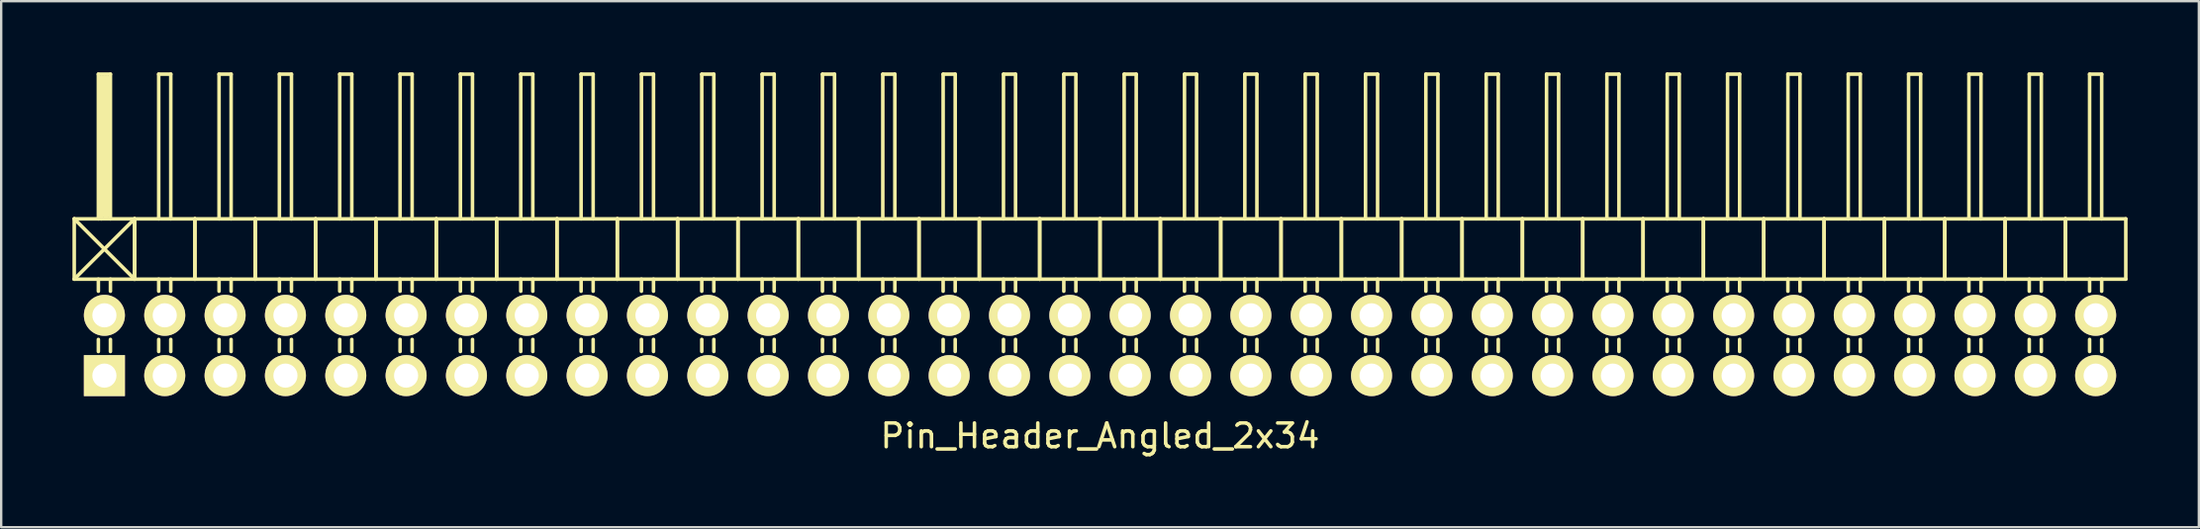
<source format=kicad_pcb>
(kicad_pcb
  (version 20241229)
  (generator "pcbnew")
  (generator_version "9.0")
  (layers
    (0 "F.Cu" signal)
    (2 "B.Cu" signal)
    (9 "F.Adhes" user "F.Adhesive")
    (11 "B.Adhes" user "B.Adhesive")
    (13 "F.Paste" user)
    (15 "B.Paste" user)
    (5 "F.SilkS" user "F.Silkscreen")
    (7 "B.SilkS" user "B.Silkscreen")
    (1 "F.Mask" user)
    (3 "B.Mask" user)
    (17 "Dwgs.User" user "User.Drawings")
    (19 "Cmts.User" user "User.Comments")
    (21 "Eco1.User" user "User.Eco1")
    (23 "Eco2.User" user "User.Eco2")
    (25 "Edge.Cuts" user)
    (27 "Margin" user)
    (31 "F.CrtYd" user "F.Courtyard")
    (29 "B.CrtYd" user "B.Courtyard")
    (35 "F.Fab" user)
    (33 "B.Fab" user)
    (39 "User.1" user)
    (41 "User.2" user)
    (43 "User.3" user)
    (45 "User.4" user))
  (footprint "Pin_Header_Angled_2x34"
    (layer "F.Cu")
    (at 43.255 11.505)
    (property "Reference" "Pin_Header_Angled_2x34" (at 0 3.81 0) (layer "F.SilkS") (effects (font (size 1 1) (thickness 0.15))))
    (attr through_hole)
    (fp_line (start -43.18 -5.334) (end -40.64 -2.794) (stroke (width 0.15) (type solid)) (layer "F.SilkS"))
    (fp_line (start -43.18 -2.794) (end -43.18 -5.334) (stroke (width 0.15) (type solid)) (layer "F.SilkS"))
    (fp_line (start -43.18 -2.794) (end -40.64 -5.334) (stroke (width 0.15) (type solid)) (layer "F.SilkS"))
    (fp_line (start -43.18 -2.794) (end -40.64 -2.794) (stroke (width 0.15) (type solid)) (layer "F.SilkS"))
    (fp_line (start -42.164 -11.43) (end -41.656 -11.43) (stroke (width 0.15) (type solid)) (layer "F.SilkS"))
    (fp_line (start -42.164 -5.334) (end -42.164 -11.43) (stroke (width 0.15) (type solid)) (layer "F.SilkS"))
    (fp_line (start -42.164 -2.794) (end -42.164 -2.286) (stroke (width 0.15) (type solid)) (layer "F.SilkS"))
    (fp_line (start -42.164 -0.254) (end -42.164 0.254) (stroke (width 0.15) (type solid)) (layer "F.SilkS"))
    (fp_line (start -42.037 -11.303) (end -41.783 -11.303) (stroke (width 0.15) (type solid)) (layer "F.SilkS"))
    (fp_line (start -42.037 -5.334) (end -42.037 -11.303) (stroke (width 0.15) (type solid)) (layer "F.SilkS"))
    (fp_line (start -41.91 -5.461) (end -41.91 -11.303) (stroke (width 0.15) (type solid)) (layer "F.SilkS"))
    (fp_line (start -41.783 -11.303) (end -41.783 -5.461) (stroke (width 0.15) (type solid)) (layer "F.SilkS"))
    (fp_line (start -41.783 -5.461) (end -41.91 -5.461) (stroke (width 0.15) (type solid)) (layer "F.SilkS"))
    (fp_line (start -41.656 -11.43) (end -41.656 -5.334) (stroke (width 0.15) (type solid)) (layer "F.SilkS"))
    (fp_line (start -41.656 -2.794) (end -41.656 -2.286) (stroke (width 0.15) (type solid)) (layer "F.SilkS"))
    (fp_line (start -41.656 -0.254) (end -41.656 0.254) (stroke (width 0.15) (type solid)) (layer "F.SilkS"))
    (fp_line (start -40.64 -5.334) (end -43.18 -5.334) (stroke (width 0.15) (type solid)) (layer "F.SilkS"))
    (fp_line (start -40.64 -2.794) (end -40.64 -5.334) (stroke (width 0.15) (type solid)) (layer "F.SilkS"))
    (fp_line (start -40.64 -2.794) (end -40.64 -5.334) (stroke (width 0.15) (type solid)) (layer "F.SilkS"))
    (fp_line (start -40.64 -2.794) (end -38.1 -2.794) (stroke (width 0.15) (type solid)) (layer "F.SilkS"))
    (fp_line (start -39.624 -11.43) (end -39.116 -11.43) (stroke (width 0.15) (type solid)) (layer "F.SilkS"))
    (fp_line (start -39.624 -5.334) (end -39.624 -11.43) (stroke (width 0.15) (type solid)) (layer "F.SilkS"))
    (fp_line (start -39.624 -2.794) (end -39.624 -2.286) (stroke (width 0.15) (type solid)) (layer "F.SilkS"))
    (fp_line (start -39.624 -0.254) (end -39.624 0.254) (stroke (width 0.15) (type solid)) (layer "F.SilkS"))
    (fp_line (start -39.116 -11.43) (end -39.116 -5.334) (stroke (width 0.15) (type solid)) (layer "F.SilkS"))
    (fp_line (start -39.116 -2.794) (end -39.116 -2.286) (stroke (width 0.15) (type solid)) (layer "F.SilkS"))
    (fp_line (start -39.116 -0.254) (end -39.116 0.254) (stroke (width 0.15) (type solid)) (layer "F.SilkS"))
    (fp_line (start -38.1 -5.334) (end -40.64 -5.334) (stroke (width 0.15) (type solid)) (layer "F.SilkS"))
    (fp_line (start -38.1 -2.794) (end -38.1 -5.334) (stroke (width 0.15) (type solid)) (layer "F.SilkS"))
    (fp_line (start -38.1 -2.794) (end -38.1 -5.334) (stroke (width 0.15) (type solid)) (layer "F.SilkS"))
    (fp_line (start -38.1 -2.794) (end -35.56 -2.794) (stroke (width 0.15) (type solid)) (layer "F.SilkS"))
    (fp_line (start -37.084 -11.43) (end -36.576 -11.43) (stroke (width 0.15) (type solid)) (layer "F.SilkS"))
    (fp_line (start -37.084 -5.334) (end -37.084 -11.43) (stroke (width 0.15) (type solid)) (layer "F.SilkS"))
    (fp_line (start -37.084 -2.794) (end -37.084 -2.286) (stroke (width 0.15) (type solid)) (layer "F.SilkS"))
    (fp_line (start -37.084 -0.254) (end -37.084 0.254) (stroke (width 0.15) (type solid)) (layer "F.SilkS"))
    (fp_line (start -36.576 -11.43) (end -36.576 -5.334) (stroke (width 0.15) (type solid)) (layer "F.SilkS"))
    (fp_line (start -36.576 -2.794) (end -36.576 -2.286) (stroke (width 0.15) (type solid)) (layer "F.SilkS"))
    (fp_line (start -36.576 -0.254) (end -36.576 0.254) (stroke (width 0.15) (type solid)) (layer "F.SilkS"))
    (fp_line (start -35.56 -5.334) (end -38.1 -5.334) (stroke (width 0.15) (type solid)) (layer "F.SilkS"))
    (fp_line (start -35.56 -2.794) (end -35.56 -5.334) (stroke (width 0.15) (type solid)) (layer "F.SilkS"))
    (fp_line (start -35.56 -2.794) (end -35.56 -5.334) (stroke (width 0.15) (type solid)) (layer "F.SilkS"))
    (fp_line (start -35.56 -2.794) (end -33.02 -2.794) (stroke (width 0.15) (type solid)) (layer "F.SilkS"))
    (fp_line (start -34.544 -11.43) (end -34.036 -11.43) (stroke (width 0.15) (type solid)) (layer "F.SilkS"))
    (fp_line (start -34.544 -5.334) (end -34.544 -11.43) (stroke (width 0.15) (type solid)) (layer "F.SilkS"))
    (fp_line (start -34.544 -2.794) (end -34.544 -2.286) (stroke (width 0.15) (type solid)) (layer "F.SilkS"))
    (fp_line (start -34.544 -0.254) (end -34.544 0.254) (stroke (width 0.15) (type solid)) (layer "F.SilkS"))
    (fp_line (start -34.036 -11.43) (end -34.036 -5.334) (stroke (width 0.15) (type solid)) (layer "F.SilkS"))
    (fp_line (start -34.036 -2.794) (end -34.036 -2.286) (stroke (width 0.15) (type solid)) (layer "F.SilkS"))
    (fp_line (start -34.036 -0.254) (end -34.036 0.254) (stroke (width 0.15) (type solid)) (layer "F.SilkS"))
    (fp_line (start -33.02 -5.334) (end -35.56 -5.334) (stroke (width 0.15) (type solid)) (layer "F.SilkS"))
    (fp_line (start -33.02 -2.794) (end -33.02 -5.334) (stroke (width 0.15) (type solid)) (layer "F.SilkS"))
    (fp_line (start -33.02 -2.794) (end -33.02 -5.334) (stroke (width 0.15) (type solid)) (layer "F.SilkS"))
    (fp_line (start -33.02 -2.794) (end -30.48 -2.794) (stroke (width 0.15) (type solid)) (layer "F.SilkS"))
    (fp_line (start -32.004 -11.43) (end -31.496 -11.43) (stroke (width 0.15) (type solid)) (layer "F.SilkS"))
    (fp_line (start -32.004 -5.334) (end -32.004 -11.43) (stroke (width 0.15) (type solid)) (layer "F.SilkS"))
    (fp_line (start -32.004 -2.794) (end -32.004 -2.286) (stroke (width 0.15) (type solid)) (layer "F.SilkS"))
    (fp_line (start -32.004 -0.254) (end -32.004 0.254) (stroke (width 0.15) (type solid)) (layer "F.SilkS"))
    (fp_line (start -31.496 -11.43) (end -31.496 -5.334) (stroke (width 0.15) (type solid)) (layer "F.SilkS"))
    (fp_line (start -31.496 -2.794) (end -31.496 -2.286) (stroke (width 0.15) (type solid)) (layer "F.SilkS"))
    (fp_line (start -31.496 -0.254) (end -31.496 0.254) (stroke (width 0.15) (type solid)) (layer "F.SilkS"))
    (fp_line (start -30.48 -5.334) (end -33.02 -5.334) (stroke (width 0.15) (type solid)) (layer "F.SilkS"))
    (fp_line (start -30.48 -2.794) (end -30.48 -5.334) (stroke (width 0.15) (type solid)) (layer "F.SilkS"))
    (fp_line (start -30.48 -2.794) (end -30.48 -5.334) (stroke (width 0.15) (type solid)) (layer "F.SilkS"))
    (fp_line (start -30.48 -2.794) (end -27.94 -2.794) (stroke (width 0.15) (type solid)) (layer "F.SilkS"))
    (fp_line (start -29.464 -11.43) (end -28.956 -11.43) (stroke (width 0.15) (type solid)) (layer "F.SilkS"))
    (fp_line (start -29.464 -5.334) (end -29.464 -11.43) (stroke (width 0.15) (type solid)) (layer "F.SilkS"))
    (fp_line (start -29.464 -2.794) (end -29.464 -2.286) (stroke (width 0.15) (type solid)) (layer "F.SilkS"))
    (fp_line (start -29.464 -0.254) (end -29.464 0.254) (stroke (width 0.15) (type solid)) (layer "F.SilkS"))
    (fp_line (start -28.956 -11.43) (end -28.956 -5.334) (stroke (width 0.15) (type solid)) (layer "F.SilkS"))
    (fp_line (start -28.956 -2.794) (end -28.956 -2.286) (stroke (width 0.15) (type solid)) (layer "F.SilkS"))
    (fp_line (start -28.956 -0.254) (end -28.956 0.254) (stroke (width 0.15) (type solid)) (layer "F.SilkS"))
    (fp_line (start -27.94 -5.334) (end -30.48 -5.334) (stroke (width 0.15) (type solid)) (layer "F.SilkS"))
    (fp_line (start -27.94 -2.794) (end -27.94 -5.334) (stroke (width 0.15) (type solid)) (layer "F.SilkS"))
    (fp_line (start -27.94 -2.794) (end -27.94 -5.334) (stroke (width 0.15) (type solid)) (layer "F.SilkS"))
    (fp_line (start -27.94 -2.794) (end -25.4 -2.794) (stroke (width 0.15) (type solid)) (layer "F.SilkS"))
    (fp_line (start -26.924 -11.43) (end -26.416 -11.43) (stroke (width 0.15) (type solid)) (layer "F.SilkS"))
    (fp_line (start -26.924 -5.334) (end -26.924 -11.43) (stroke (width 0.15) (type solid)) (layer "F.SilkS"))
    (fp_line (start -26.924 -2.794) (end -26.924 -2.286) (stroke (width 0.15) (type solid)) (layer "F.SilkS"))
    (fp_line (start -26.924 -0.254) (end -26.924 0.254) (stroke (width 0.15) (type solid)) (layer "F.SilkS"))
    (fp_line (start -26.416 -11.43) (end -26.416 -5.334) (stroke (width 0.15) (type solid)) (layer "F.SilkS"))
    (fp_line (start -26.416 -2.794) (end -26.416 -2.286) (stroke (width 0.15) (type solid)) (layer "F.SilkS"))
    (fp_line (start -26.416 -0.254) (end -26.416 0.254) (stroke (width 0.15) (type solid)) (layer "F.SilkS"))
    (fp_line (start -25.4 -5.334) (end -27.94 -5.334) (stroke (width 0.15) (type solid)) (layer "F.SilkS"))
    (fp_line (start -25.4 -2.794) (end -25.4 -5.334) (stroke (width 0.15) (type solid)) (layer "F.SilkS"))
    (fp_line (start -25.4 -2.794) (end -25.4 -5.334) (stroke (width 0.15) (type solid)) (layer "F.SilkS"))
    (fp_line (start -25.4 -2.794) (end -22.86 -2.794) (stroke (width 0.15) (type solid)) (layer "F.SilkS"))
    (fp_line (start -24.384 -11.43) (end -23.876 -11.43) (stroke (width 0.15) (type solid)) (layer "F.SilkS"))
    (fp_line (start -24.384 -5.334) (end -24.384 -11.43) (stroke (width 0.15) (type solid)) (layer "F.SilkS"))
    (fp_line (start -24.384 -2.794) (end -24.384 -2.286) (stroke (width 0.15) (type solid)) (layer "F.SilkS"))
    (fp_line (start -24.384 -0.254) (end -24.384 0.254) (stroke (width 0.15) (type solid)) (layer "F.SilkS"))
    (fp_line (start -23.876 -11.43) (end -23.876 -5.334) (stroke (width 0.15) (type solid)) (layer "F.SilkS"))
    (fp_line (start -23.876 -2.794) (end -23.876 -2.286) (stroke (width 0.15) (type solid)) (layer "F.SilkS"))
    (fp_line (start -23.876 -0.254) (end -23.876 0.254) (stroke (width 0.15) (type solid)) (layer "F.SilkS"))
    (fp_line (start -22.86 -5.334) (end -25.4 -5.334) (stroke (width 0.15) (type solid)) (layer "F.SilkS"))
    (fp_line (start -22.86 -2.794) (end -22.86 -5.334) (stroke (width 0.15) (type solid)) (layer "F.SilkS"))
    (fp_line (start -22.86 -2.794) (end -22.86 -5.334) (stroke (width 0.15) (type solid)) (layer "F.SilkS"))
    (fp_line (start -22.86 -2.794) (end -20.32 -2.794) (stroke (width 0.15) (type solid)) (layer "F.SilkS"))
    (fp_line (start -21.844 -11.43) (end -21.336 -11.43) (stroke (width 0.15) (type solid)) (layer "F.SilkS"))
    (fp_line (start -21.844 -5.334) (end -21.844 -11.43) (stroke (width 0.15) (type solid)) (layer "F.SilkS"))
    (fp_line (start -21.844 -2.794) (end -21.844 -2.286) (stroke (width 0.15) (type solid)) (layer "F.SilkS"))
    (fp_line (start -21.844 -0.254) (end -21.844 0.254) (stroke (width 0.15) (type solid)) (layer "F.SilkS"))
    (fp_line (start -21.336 -11.43) (end -21.336 -5.334) (stroke (width 0.15) (type solid)) (layer "F.SilkS"))
    (fp_line (start -21.336 -2.794) (end -21.336 -2.286) (stroke (width 0.15) (type solid)) (layer "F.SilkS"))
    (fp_line (start -21.336 -0.254) (end -21.336 0.254) (stroke (width 0.15) (type solid)) (layer "F.SilkS"))
    (fp_line (start -20.32 -5.334) (end -22.86 -5.334) (stroke (width 0.15) (type solid)) (layer "F.SilkS"))
    (fp_line (start -20.32 -2.794) (end -20.32 -5.334) (stroke (width 0.15) (type solid)) (layer "F.SilkS"))
    (fp_line (start -20.32 -2.794) (end -20.32 -5.334) (stroke (width 0.15) (type solid)) (layer "F.SilkS"))
    (fp_line (start -20.32 -2.794) (end -17.78 -2.794) (stroke (width 0.15) (type solid)) (layer "F.SilkS"))
    (fp_line (start -19.304 -11.43) (end -18.796 -11.43) (stroke (width 0.15) (type solid)) (layer "F.SilkS"))
    (fp_line (start -19.304 -5.334) (end -19.304 -11.43) (stroke (width 0.15) (type solid)) (layer "F.SilkS"))
    (fp_line (start -19.304 -2.794) (end -19.304 -2.286) (stroke (width 0.15) (type solid)) (layer "F.SilkS"))
    (fp_line (start -19.304 -0.254) (end -19.304 0.254) (stroke (width 0.15) (type solid)) (layer "F.SilkS"))
    (fp_line (start -18.796 -11.43) (end -18.796 -5.334) (stroke (width 0.15) (type solid)) (layer "F.SilkS"))
    (fp_line (start -18.796 -2.794) (end -18.796 -2.286) (stroke (width 0.15) (type solid)) (layer "F.SilkS"))
    (fp_line (start -18.796 -0.254) (end -18.796 0.254) (stroke (width 0.15) (type solid)) (layer "F.SilkS"))
    (fp_line (start -17.78 -5.334) (end -20.32 -5.334) (stroke (width 0.15) (type solid)) (layer "F.SilkS"))
    (fp_line (start -17.78 -2.794) (end -17.78 -5.334) (stroke (width 0.15) (type solid)) (layer "F.SilkS"))
    (fp_line (start -17.78 -2.794) (end -17.78 -5.334) (stroke (width 0.15) (type solid)) (layer "F.SilkS"))
    (fp_line (start -17.78 -2.794) (end -15.24 -2.794) (stroke (width 0.15) (type solid)) (layer "F.SilkS"))
    (fp_line (start -16.764 -11.43) (end -16.256 -11.43) (stroke (width 0.15) (type solid)) (layer "F.SilkS"))
    (fp_line (start -16.764 -5.334) (end -16.764 -11.43) (stroke (width 0.15) (type solid)) (layer "F.SilkS"))
    (fp_line (start -16.764 -2.794) (end -16.764 -2.286) (stroke (width 0.15) (type solid)) (layer "F.SilkS"))
    (fp_line (start -16.764 -0.254) (end -16.764 0.254) (stroke (width 0.15) (type solid)) (layer "F.SilkS"))
    (fp_line (start -16.256 -11.43) (end -16.256 -5.334) (stroke (width 0.15) (type solid)) (layer "F.SilkS"))
    (fp_line (start -16.256 -2.794) (end -16.256 -2.286) (stroke (width 0.15) (type solid)) (layer "F.SilkS"))
    (fp_line (start -16.256 -0.254) (end -16.256 0.254) (stroke (width 0.15) (type solid)) (layer "F.SilkS"))
    (fp_line (start -15.24 -5.334) (end -17.78 -5.334) (stroke (width 0.15) (type solid)) (layer "F.SilkS"))
    (fp_line (start -15.24 -2.794) (end -15.24 -5.334) (stroke (width 0.15) (type solid)) (layer "F.SilkS"))
    (fp_line (start -15.24 -2.794) (end -15.24 -5.334) (stroke (width 0.15) (type solid)) (layer "F.SilkS"))
    (fp_line (start -15.24 -2.794) (end -12.7 -2.794) (stroke (width 0.15) (type solid)) (layer "F.SilkS"))
    (fp_line (start -14.224 -11.43) (end -13.716 -11.43) (stroke (width 0.15) (type solid)) (layer "F.SilkS"))
    (fp_line (start -14.224 -5.334) (end -14.224 -11.43) (stroke (width 0.15) (type solid)) (layer "F.SilkS"))
    (fp_line (start -14.224 -2.794) (end -14.224 -2.286) (stroke (width 0.15) (type solid)) (layer "F.SilkS"))
    (fp_line (start -14.224 -0.254) (end -14.224 0.254) (stroke (width 0.15) (type solid)) (layer "F.SilkS"))
    (fp_line (start -13.716 -11.43) (end -13.716 -5.334) (stroke (width 0.15) (type solid)) (layer "F.SilkS"))
    (fp_line (start -13.716 -2.794) (end -13.716 -2.286) (stroke (width 0.15) (type solid)) (layer "F.SilkS"))
    (fp_line (start -13.716 -0.254) (end -13.716 0.254) (stroke (width 0.15) (type solid)) (layer "F.SilkS"))
    (fp_line (start -12.7 -5.334) (end -15.24 -5.334) (stroke (width 0.15) (type solid)) (layer "F.SilkS"))
    (fp_line (start -12.7 -2.794) (end -12.7 -5.334) (stroke (width 0.15) (type solid)) (layer "F.SilkS"))
    (fp_line (start -12.7 -2.794) (end -12.7 -5.334) (stroke (width 0.15) (type solid)) (layer "F.SilkS"))
    (fp_line (start -12.7 -2.794) (end -10.16 -2.794) (stroke (width 0.15) (type solid)) (layer "F.SilkS"))
    (fp_line (start -11.684 -11.43) (end -11.176 -11.43) (stroke (width 0.15) (type solid)) (layer "F.SilkS"))
    (fp_line (start -11.684 -5.334) (end -11.684 -11.43) (stroke (width 0.15) (type solid)) (layer "F.SilkS"))
    (fp_line (start -11.684 -2.794) (end -11.684 -2.286) (stroke (width 0.15) (type solid)) (layer "F.SilkS"))
    (fp_line (start -11.684 -0.254) (end -11.684 0.254) (stroke (width 0.15) (type solid)) (layer "F.SilkS"))
    (fp_line (start -11.176 -11.43) (end -11.176 -5.334) (stroke (width 0.15) (type solid)) (layer "F.SilkS"))
    (fp_line (start -11.176 -2.794) (end -11.176 -2.286) (stroke (width 0.15) (type solid)) (layer "F.SilkS"))
    (fp_line (start -11.176 -0.254) (end -11.176 0.254) (stroke (width 0.15) (type solid)) (layer "F.SilkS"))
    (fp_line (start -10.16 -5.334) (end -12.7 -5.334) (stroke (width 0.15) (type solid)) (layer "F.SilkS"))
    (fp_line (start -10.16 -2.794) (end -10.16 -5.334) (stroke (width 0.15) (type solid)) (layer "F.SilkS"))
    (fp_line (start -10.16 -2.794) (end -10.16 -5.334) (stroke (width 0.15) (type solid)) (layer "F.SilkS"))
    (fp_line (start -10.16 -2.794) (end -7.62 -2.794) (stroke (width 0.15) (type solid)) (layer "F.SilkS"))
    (fp_line (start -9.144 -11.43) (end -8.636 -11.43) (stroke (width 0.15) (type solid)) (layer "F.SilkS"))
    (fp_line (start -9.144 -5.334) (end -9.144 -11.43) (stroke (width 0.15) (type solid)) (layer "F.SilkS"))
    (fp_line (start -9.144 -2.794) (end -9.144 -2.286) (stroke (width 0.15) (type solid)) (layer "F.SilkS"))
    (fp_line (start -9.144 -0.254) (end -9.144 0.254) (stroke (width 0.15) (type solid)) (layer "F.SilkS"))
    (fp_line (start -8.636 -11.43) (end -8.636 -5.334) (stroke (width 0.15) (type solid)) (layer "F.SilkS"))
    (fp_line (start -8.636 -2.794) (end -8.636 -2.286) (stroke (width 0.15) (type solid)) (layer "F.SilkS"))
    (fp_line (start -8.636 -0.254) (end -8.636 0.254) (stroke (width 0.15) (type solid)) (layer "F.SilkS"))
    (fp_line (start -7.62 -5.334) (end -10.16 -5.334) (stroke (width 0.15) (type solid)) (layer "F.SilkS"))
    (fp_line (start -7.62 -2.794) (end -7.62 -5.334) (stroke (width 0.15) (type solid)) (layer "F.SilkS"))
    (fp_line (start -7.62 -2.794) (end -7.62 -5.334) (stroke (width 0.15) (type solid)) (layer "F.SilkS"))
    (fp_line (start -7.62 -2.794) (end -5.08 -2.794) (stroke (width 0.15) (type solid)) (layer "F.SilkS"))
    (fp_line (start -6.604 -11.43) (end -6.096 -11.43) (stroke (width 0.15) (type solid)) (layer "F.SilkS"))
    (fp_line (start -6.604 -5.334) (end -6.604 -11.43) (stroke (width 0.15) (type solid)) (layer "F.SilkS"))
    (fp_line (start -6.604 -2.794) (end -6.604 -2.286) (stroke (width 0.15) (type solid)) (layer "F.SilkS"))
    (fp_line (start -6.604 -0.254) (end -6.604 0.254) (stroke (width 0.15) (type solid)) (layer "F.SilkS"))
    (fp_line (start -6.096 -11.43) (end -6.096 -5.334) (stroke (width 0.15) (type solid)) (layer "F.SilkS"))
    (fp_line (start -6.096 -2.794) (end -6.096 -2.286) (stroke (width 0.15) (type solid)) (layer "F.SilkS"))
    (fp_line (start -6.096 -0.254) (end -6.096 0.254) (stroke (width 0.15) (type solid)) (layer "F.SilkS"))
    (fp_line (start -5.08 -5.334) (end -7.62 -5.334) (stroke (width 0.15) (type solid)) (layer "F.SilkS"))
    (fp_line (start -5.08 -2.794) (end -5.08 -5.334) (stroke (width 0.15) (type solid)) (layer "F.SilkS"))
    (fp_line (start -5.08 -2.794) (end -5.08 -5.334) (stroke (width 0.15) (type solid)) (layer "F.SilkS"))
    (fp_line (start -5.08 -2.794) (end -2.54 -2.794) (stroke (width 0.15) (type solid)) (layer "F.SilkS"))
    (fp_line (start -4.064 -11.43) (end -3.556 -11.43) (stroke (width 0.15) (type solid)) (layer "F.SilkS"))
    (fp_line (start -4.064 -5.334) (end -4.064 -11.43) (stroke (width 0.15) (type solid)) (layer "F.SilkS"))
    (fp_line (start -4.064 -2.794) (end -4.064 -2.286) (stroke (width 0.15) (type solid)) (layer "F.SilkS"))
    (fp_line (start -4.064 -0.254) (end -4.064 0.254) (stroke (width 0.15) (type solid)) (layer "F.SilkS"))
    (fp_line (start -3.556 -11.43) (end -3.556 -5.334) (stroke (width 0.15) (type solid)) (layer "F.SilkS"))
    (fp_line (start -3.556 -2.794) (end -3.556 -2.286) (stroke (width 0.15) (type solid)) (layer "F.SilkS"))
    (fp_line (start -3.556 -0.254) (end -3.556 0.254) (stroke (width 0.15) (type solid)) (layer "F.SilkS"))
    (fp_line (start -2.54 -5.334) (end -5.08 -5.334) (stroke (width 0.15) (type solid)) (layer "F.SilkS"))
    (fp_line (start -2.54 -2.794) (end -2.54 -5.334) (stroke (width 0.15) (type solid)) (layer "F.SilkS"))
    (fp_line (start -2.54 -2.794) (end -2.54 -5.334) (stroke (width 0.15) (type solid)) (layer "F.SilkS"))
    (fp_line (start -2.54 -2.794) (end 0 -2.794) (stroke (width 0.15) (type solid)) (layer "F.SilkS"))
    (fp_line (start -1.524 -11.43) (end -1.016 -11.43) (stroke (width 0.15) (type solid)) (layer "F.SilkS"))
    (fp_line (start -1.524 -5.334) (end -1.524 -11.43) (stroke (width 0.15) (type solid)) (layer "F.SilkS"))
    (fp_line (start -1.524 -2.794) (end -1.524 -2.286) (stroke (width 0.15) (type solid)) (layer "F.SilkS"))
    (fp_line (start -1.524 -0.254) (end -1.524 0.254) (stroke (width 0.15) (type solid)) (layer "F.SilkS"))
    (fp_line (start -1.016 -11.43) (end -1.016 -5.334) (stroke (width 0.15) (type solid)) (layer "F.SilkS"))
    (fp_line (start -1.016 -2.794) (end -1.016 -2.286) (stroke (width 0.15) (type solid)) (layer "F.SilkS"))
    (fp_line (start -1.016 -0.254) (end -1.016 0.254) (stroke (width 0.15) (type solid)) (layer "F.SilkS"))
    (fp_line (start 0 -5.334) (end -2.54 -5.334) (stroke (width 0.15) (type solid)) (layer "F.SilkS"))
    (fp_line (start 0 -2.794) (end 0 -5.334) (stroke (width 0.15) (type solid)) (layer "F.SilkS"))
    (fp_line (start 0 -2.794) (end 0 -5.334) (stroke (width 0.15) (type solid)) (layer "F.SilkS"))
    (fp_line (start 0 -2.794) (end 2.54 -2.794) (stroke (width 0.15) (type solid)) (layer "F.SilkS"))
    (fp_line (start 1.016 -11.43) (end 1.524 -11.43) (stroke (width 0.15) (type solid)) (layer "F.SilkS"))
    (fp_line (start 1.016 -5.334) (end 1.016 -11.43) (stroke (width 0.15) (type solid)) (layer "F.SilkS"))
    (fp_line (start 1.016 -2.794) (end 1.016 -2.286) (stroke (width 0.15) (type solid)) (layer "F.SilkS"))
    (fp_line (start 1.016 -0.254) (end 1.016 0.254) (stroke (width 0.15) (type solid)) (layer "F.SilkS"))
    (fp_line (start 1.524 -11.43) (end 1.524 -5.334) (stroke (width 0.15) (type solid)) (layer "F.SilkS"))
    (fp_line (start 1.524 -2.794) (end 1.524 -2.286) (stroke (width 0.15) (type solid)) (layer "F.SilkS"))
    (fp_line (start 1.524 -0.254) (end 1.524 0.254) (stroke (width 0.15) (type solid)) (layer "F.SilkS"))
    (fp_line (start 2.54 -5.334) (end 0 -5.334) (stroke (width 0.15) (type solid)) (layer "F.SilkS"))
    (fp_line (start 2.54 -2.794) (end 2.54 -5.334) (stroke (width 0.15) (type solid)) (layer "F.SilkS"))
    (fp_line (start 2.54 -2.794) (end 2.54 -5.334) (stroke (width 0.15) (type solid)) (layer "F.SilkS"))
    (fp_line (start 2.54 -2.794) (end 5.08 -2.794) (stroke (width 0.15) (type solid)) (layer "F.SilkS"))
    (fp_line (start 3.556 -11.43) (end 4.064 -11.43) (stroke (width 0.15) (type solid)) (layer "F.SilkS"))
    (fp_line (start 3.556 -5.334) (end 3.556 -11.43) (stroke (width 0.15) (type solid)) (layer "F.SilkS"))
    (fp_line (start 3.556 -2.794) (end 3.556 -2.286) (stroke (width 0.15) (type solid)) (layer "F.SilkS"))
    (fp_line (start 3.556 -0.254) (end 3.556 0.254) (stroke (width 0.15) (type solid)) (layer "F.SilkS"))
    (fp_line (start 4.064 -11.43) (end 4.064 -5.334) (stroke (width 0.15) (type solid)) (layer "F.SilkS"))
    (fp_line (start 4.064 -2.794) (end 4.064 -2.286) (stroke (width 0.15) (type solid)) (layer "F.SilkS"))
    (fp_line (start 4.064 -0.254) (end 4.064 0.254) (stroke (width 0.15) (type solid)) (layer "F.SilkS"))
    (fp_line (start 5.08 -5.334) (end 2.54 -5.334) (stroke (width 0.15) (type solid)) (layer "F.SilkS"))
    (fp_line (start 5.08 -2.794) (end 5.08 -5.334) (stroke (width 0.15) (type solid)) (layer "F.SilkS"))
    (fp_line (start 5.08 -2.794) (end 5.08 -5.334) (stroke (width 0.15) (type solid)) (layer "F.SilkS"))
    (fp_line (start 5.08 -2.794) (end 7.62 -2.794) (stroke (width 0.15) (type solid)) (layer "F.SilkS"))
    (fp_line (start 6.096 -11.43) (end 6.604 -11.43) (stroke (width 0.15) (type solid)) (layer "F.SilkS"))
    (fp_line (start 6.096 -5.334) (end 6.096 -11.43) (stroke (width 0.15) (type solid)) (layer "F.SilkS"))
    (fp_line (start 6.096 -2.794) (end 6.096 -2.286) (stroke (width 0.15) (type solid)) (layer "F.SilkS"))
    (fp_line (start 6.096 -0.254) (end 6.096 0.254) (stroke (width 0.15) (type solid)) (layer "F.SilkS"))
    (fp_line (start 6.604 -11.43) (end 6.604 -5.334) (stroke (width 0.15) (type solid)) (layer "F.SilkS"))
    (fp_line (start 6.604 -2.794) (end 6.604 -2.286) (stroke (width 0.15) (type solid)) (layer "F.SilkS"))
    (fp_line (start 6.604 -0.254) (end 6.604 0.254) (stroke (width 0.15) (type solid)) (layer "F.SilkS"))
    (fp_line (start 7.62 -5.334) (end 5.08 -5.334) (stroke (width 0.15) (type solid)) (layer "F.SilkS"))
    (fp_line (start 7.62 -2.794) (end 7.62 -5.334) (stroke (width 0.15) (type solid)) (layer "F.SilkS"))
    (fp_line (start 7.62 -2.794) (end 7.62 -5.334) (stroke (width 0.15) (type solid)) (layer "F.SilkS"))
    (fp_line (start 7.62 -2.794) (end 10.16 -2.794) (stroke (width 0.15) (type solid)) (layer "F.SilkS"))
    (fp_line (start 8.636 -11.43) (end 9.144 -11.43) (stroke (width 0.15) (type solid)) (layer "F.SilkS"))
    (fp_line (start 8.636 -5.334) (end 8.636 -11.43) (stroke (width 0.15) (type solid)) (layer "F.SilkS"))
    (fp_line (start 8.636 -2.794) (end 8.636 -2.286) (stroke (width 0.15) (type solid)) (layer "F.SilkS"))
    (fp_line (start 8.636 -0.254) (end 8.636 0.254) (stroke (width 0.15) (type solid)) (layer "F.SilkS"))
    (fp_line (start 9.144 -11.43) (end 9.144 -5.334) (stroke (width 0.15) (type solid)) (layer "F.SilkS"))
    (fp_line (start 9.144 -2.794) (end 9.144 -2.286) (stroke (width 0.15) (type solid)) (layer "F.SilkS"))
    (fp_line (start 9.144 -0.254) (end 9.144 0.254) (stroke (width 0.15) (type solid)) (layer "F.SilkS"))
    (fp_line (start 10.16 -5.334) (end 7.62 -5.334) (stroke (width 0.15) (type solid)) (layer "F.SilkS"))
    (fp_line (start 10.16 -2.794) (end 10.16 -5.334) (stroke (width 0.15) (type solid)) (layer "F.SilkS"))
    (fp_line (start 10.16 -2.794) (end 10.16 -5.334) (stroke (width 0.15) (type solid)) (layer "F.SilkS"))
    (fp_line (start 10.16 -2.794) (end 12.7 -2.794) (stroke (width 0.15) (type solid)) (layer "F.SilkS"))
    (fp_line (start 11.176 -11.43) (end 11.684 -11.43) (stroke (width 0.15) (type solid)) (layer "F.SilkS"))
    (fp_line (start 11.176 -5.334) (end 11.176 -11.43) (stroke (width 0.15) (type solid)) (layer "F.SilkS"))
    (fp_line (start 11.176 -2.794) (end 11.176 -2.286) (stroke (width 0.15) (type solid)) (layer "F.SilkS"))
    (fp_line (start 11.176 -0.254) (end 11.176 0.254) (stroke (width 0.15) (type solid)) (layer "F.SilkS"))
    (fp_line (start 11.684 -11.43) (end 11.684 -5.334) (stroke (width 0.15) (type solid)) (layer "F.SilkS"))
    (fp_line (start 11.684 -2.794) (end 11.684 -2.286) (stroke (width 0.15) (type solid)) (layer "F.SilkS"))
    (fp_line (start 11.684 -0.254) (end 11.684 0.254) (stroke (width 0.15) (type solid)) (layer "F.SilkS"))
    (fp_line (start 12.7 -5.334) (end 10.16 -5.334) (stroke (width 0.15) (type solid)) (layer "F.SilkS"))
    (fp_line (start 12.7 -2.794) (end 12.7 -5.334) (stroke (width 0.15) (type solid)) (layer "F.SilkS"))
    (fp_line (start 12.7 -2.794) (end 12.7 -5.334) (stroke (width 0.15) (type solid)) (layer "F.SilkS"))
    (fp_line (start 12.7 -2.794) (end 15.24 -2.794) (stroke (width 0.15) (type solid)) (layer "F.SilkS"))
    (fp_line (start 13.716 -11.43) (end 14.224 -11.43) (stroke (width 0.15) (type solid)) (layer "F.SilkS"))
    (fp_line (start 13.716 -5.334) (end 13.716 -11.43) (stroke (width 0.15) (type solid)) (layer "F.SilkS"))
    (fp_line (start 13.716 -2.794) (end 13.716 -2.286) (stroke (width 0.15) (type solid)) (layer "F.SilkS"))
    (fp_line (start 13.716 -0.254) (end 13.716 0.254) (stroke (width 0.15) (type solid)) (layer "F.SilkS"))
    (fp_line (start 14.224 -11.43) (end 14.224 -5.334) (stroke (width 0.15) (type solid)) (layer "F.SilkS"))
    (fp_line (start 14.224 -2.794) (end 14.224 -2.286) (stroke (width 0.15) (type solid)) (layer "F.SilkS"))
    (fp_line (start 14.224 -0.254) (end 14.224 0.254) (stroke (width 0.15) (type solid)) (layer "F.SilkS"))
    (fp_line (start 15.24 -5.334) (end 12.7 -5.334) (stroke (width 0.15) (type solid)) (layer "F.SilkS"))
    (fp_line (start 15.24 -2.794) (end 15.24 -5.334) (stroke (width 0.15) (type solid)) (layer "F.SilkS"))
    (fp_line (start 15.24 -2.794) (end 15.24 -5.334) (stroke (width 0.15) (type solid)) (layer "F.SilkS"))
    (fp_line (start 15.24 -2.794) (end 17.78 -2.794) (stroke (width 0.15) (type solid)) (layer "F.SilkS"))
    (fp_line (start 16.256 -11.43) (end 16.764 -11.43) (stroke (width 0.15) (type solid)) (layer "F.SilkS"))
    (fp_line (start 16.256 -5.334) (end 16.256 -11.43) (stroke (width 0.15) (type solid)) (layer "F.SilkS"))
    (fp_line (start 16.256 -2.794) (end 16.256 -2.286) (stroke (width 0.15) (type solid)) (layer "F.SilkS"))
    (fp_line (start 16.256 -0.254) (end 16.256 0.254) (stroke (width 0.15) (type solid)) (layer "F.SilkS"))
    (fp_line (start 16.764 -11.43) (end 16.764 -5.334) (stroke (width 0.15) (type solid)) (layer "F.SilkS"))
    (fp_line (start 16.764 -2.794) (end 16.764 -2.286) (stroke (width 0.15) (type solid)) (layer "F.SilkS"))
    (fp_line (start 16.764 -0.254) (end 16.764 0.254) (stroke (width 0.15) (type solid)) (layer "F.SilkS"))
    (fp_line (start 17.78 -5.334) (end 15.24 -5.334) (stroke (width 0.15) (type solid)) (layer "F.SilkS"))
    (fp_line (start 17.78 -2.794) (end 17.78 -5.334) (stroke (width 0.15) (type solid)) (layer "F.SilkS"))
    (fp_line (start 17.78 -2.794) (end 17.78 -5.334) (stroke (width 0.15) (type solid)) (layer "F.SilkS"))
    (fp_line (start 17.78 -2.794) (end 20.32 -2.794) (stroke (width 0.15) (type solid)) (layer "F.SilkS"))
    (fp_line (start 18.796 -11.43) (end 19.304 -11.43) (stroke (width 0.15) (type solid)) (layer "F.SilkS"))
    (fp_line (start 18.796 -5.334) (end 18.796 -11.43) (stroke (width 0.15) (type solid)) (layer "F.SilkS"))
    (fp_line (start 18.796 -2.794) (end 18.796 -2.286) (stroke (width 0.15) (type solid)) (layer "F.SilkS"))
    (fp_line (start 18.796 -0.254) (end 18.796 0.254) (stroke (width 0.15) (type solid)) (layer "F.SilkS"))
    (fp_line (start 19.304 -11.43) (end 19.304 -5.334) (stroke (width 0.15) (type solid)) (layer "F.SilkS"))
    (fp_line (start 19.304 -2.794) (end 19.304 -2.286) (stroke (width 0.15) (type solid)) (layer "F.SilkS"))
    (fp_line (start 19.304 -0.254) (end 19.304 0.254) (stroke (width 0.15) (type solid)) (layer "F.SilkS"))
    (fp_line (start 20.32 -5.334) (end 17.78 -5.334) (stroke (width 0.15) (type solid)) (layer "F.SilkS"))
    (fp_line (start 20.32 -2.794) (end 20.32 -5.334) (stroke (width 0.15) (type solid)) (layer "F.SilkS"))
    (fp_line (start 20.32 -2.794) (end 20.32 -5.334) (stroke (width 0.15) (type solid)) (layer "F.SilkS"))
    (fp_line (start 20.32 -2.794) (end 22.86 -2.794) (stroke (width 0.15) (type solid)) (layer "F.SilkS"))
    (fp_line (start 21.336 -11.43) (end 21.844 -11.43) (stroke (width 0.15) (type solid)) (layer "F.SilkS"))
    (fp_line (start 21.336 -5.334) (end 21.336 -11.43) (stroke (width 0.15) (type solid)) (layer "F.SilkS"))
    (fp_line (start 21.336 -2.794) (end 21.336 -2.286) (stroke (width 0.15) (type solid)) (layer "F.SilkS"))
    (fp_line (start 21.336 -0.254) (end 21.336 0.254) (stroke (width 0.15) (type solid)) (layer "F.SilkS"))
    (fp_line (start 21.844 -11.43) (end 21.844 -5.334) (stroke (width 0.15) (type solid)) (layer "F.SilkS"))
    (fp_line (start 21.844 -2.794) (end 21.844 -2.286) (stroke (width 0.15) (type solid)) (layer "F.SilkS"))
    (fp_line (start 21.844 -0.254) (end 21.844 0.254) (stroke (width 0.15) (type solid)) (layer "F.SilkS"))
    (fp_line (start 22.86 -5.334) (end 20.32 -5.334) (stroke (width 0.15) (type solid)) (layer "F.SilkS"))
    (fp_line (start 22.86 -2.794) (end 22.86 -5.334) (stroke (width 0.15) (type solid)) (layer "F.SilkS"))
    (fp_line (start 22.86 -2.794) (end 22.86 -5.334) (stroke (width 0.15) (type solid)) (layer "F.SilkS"))
    (fp_line (start 22.86 -2.794) (end 25.4 -2.794) (stroke (width 0.15) (type solid)) (layer "F.SilkS"))
    (fp_line (start 23.876 -11.43) (end 24.384 -11.43) (stroke (width 0.15) (type solid)) (layer "F.SilkS"))
    (fp_line (start 23.876 -5.334) (end 23.876 -11.43) (stroke (width 0.15) (type solid)) (layer "F.SilkS"))
    (fp_line (start 23.876 -2.794) (end 23.876 -2.286) (stroke (width 0.15) (type solid)) (layer "F.SilkS"))
    (fp_line (start 23.876 -0.254) (end 23.876 0.254) (stroke (width 0.15) (type solid)) (layer "F.SilkS"))
    (fp_line (start 24.384 -11.43) (end 24.384 -5.334) (stroke (width 0.15) (type solid)) (layer "F.SilkS"))
    (fp_line (start 24.384 -2.794) (end 24.384 -2.286) (stroke (width 0.15) (type solid)) (layer "F.SilkS"))
    (fp_line (start 24.384 -0.254) (end 24.384 0.254) (stroke (width 0.15) (type solid)) (layer "F.SilkS"))
    (fp_line (start 25.4 -5.334) (end 22.86 -5.334) (stroke (width 0.15) (type solid)) (layer "F.SilkS"))
    (fp_line (start 25.4 -2.794) (end 25.4 -5.334) (stroke (width 0.15) (type solid)) (layer "F.SilkS"))
    (fp_line (start 25.4 -2.794) (end 25.4 -5.334) (stroke (width 0.15) (type solid)) (layer "F.SilkS"))
    (fp_line (start 25.4 -2.794) (end 27.94 -2.794) (stroke (width 0.15) (type solid)) (layer "F.SilkS"))
    (fp_line (start 26.416 -11.43) (end 26.924 -11.43) (stroke (width 0.15) (type solid)) (layer "F.SilkS"))
    (fp_line (start 26.416 -5.334) (end 26.416 -11.43) (stroke (width 0.15) (type solid)) (layer "F.SilkS"))
    (fp_line (start 26.416 -2.794) (end 26.416 -2.286) (stroke (width 0.15) (type solid)) (layer "F.SilkS"))
    (fp_line (start 26.416 -0.254) (end 26.416 0.254) (stroke (width 0.15) (type solid)) (layer "F.SilkS"))
    (fp_line (start 26.924 -11.43) (end 26.924 -5.334) (stroke (width 0.15) (type solid)) (layer "F.SilkS"))
    (fp_line (start 26.924 -2.794) (end 26.924 -2.286) (stroke (width 0.15) (type solid)) (layer "F.SilkS"))
    (fp_line (start 26.924 -0.254) (end 26.924 0.254) (stroke (width 0.15) (type solid)) (layer "F.SilkS"))
    (fp_line (start 27.94 -5.334) (end 25.4 -5.334) (stroke (width 0.15) (type solid)) (layer "F.SilkS"))
    (fp_line (start 27.94 -2.794) (end 27.94 -5.334) (stroke (width 0.15) (type solid)) (layer "F.SilkS"))
    (fp_line (start 27.94 -2.794) (end 27.94 -5.334) (stroke (width 0.15) (type solid)) (layer "F.SilkS"))
    (fp_line (start 27.94 -2.794) (end 30.48 -2.794) (stroke (width 0.15) (type solid)) (layer "F.SilkS"))
    (fp_line (start 28.956 -11.43) (end 29.464 -11.43) (stroke (width 0.15) (type solid)) (layer "F.SilkS"))
    (fp_line (start 28.956 -5.334) (end 28.956 -11.43) (stroke (width 0.15) (type solid)) (layer "F.SilkS"))
    (fp_line (start 28.956 -2.794) (end 28.956 -2.286) (stroke (width 0.15) (type solid)) (layer "F.SilkS"))
    (fp_line (start 28.956 -0.254) (end 28.956 0.254) (stroke (width 0.15) (type solid)) (layer "F.SilkS"))
    (fp_line (start 29.464 -11.43) (end 29.464 -5.334) (stroke (width 0.15) (type solid)) (layer "F.SilkS"))
    (fp_line (start 29.464 -2.794) (end 29.464 -2.286) (stroke (width 0.15) (type solid)) (layer "F.SilkS"))
    (fp_line (start 29.464 -0.254) (end 29.464 0.254) (stroke (width 0.15) (type solid)) (layer "F.SilkS"))
    (fp_line (start 30.48 -5.334) (end 27.94 -5.334) (stroke (width 0.15) (type solid)) (layer "F.SilkS"))
    (fp_line (start 30.48 -2.794) (end 30.48 -5.334) (stroke (width 0.15) (type solid)) (layer "F.SilkS"))
    (fp_line (start 30.48 -2.794) (end 30.48 -5.334) (stroke (width 0.15) (type solid)) (layer "F.SilkS"))
    (fp_line (start 30.48 -2.794) (end 33.02 -2.794) (stroke (width 0.15) (type solid)) (layer "F.SilkS"))
    (fp_line (start 31.496 -11.43) (end 32.004 -11.43) (stroke (width 0.15) (type solid)) (layer "F.SilkS"))
    (fp_line (start 31.496 -5.334) (end 31.496 -11.43) (stroke (width 0.15) (type solid)) (layer "F.SilkS"))
    (fp_line (start 31.496 -2.794) (end 31.496 -2.286) (stroke (width 0.15) (type solid)) (layer "F.SilkS"))
    (fp_line (start 31.496 -0.254) (end 31.496 0.254) (stroke (width 0.15) (type solid)) (layer "F.SilkS"))
    (fp_line (start 32.004 -11.43) (end 32.004 -5.334) (stroke (width 0.15) (type solid)) (layer "F.SilkS"))
    (fp_line (start 32.004 -2.794) (end 32.004 -2.286) (stroke (width 0.15) (type solid)) (layer "F.SilkS"))
    (fp_line (start 32.004 -0.254) (end 32.004 0.254) (stroke (width 0.15) (type solid)) (layer "F.SilkS"))
    (fp_line (start 33.02 -5.334) (end 30.48 -5.334) (stroke (width 0.15) (type solid)) (layer "F.SilkS"))
    (fp_line (start 33.02 -2.794) (end 33.02 -5.334) (stroke (width 0.15) (type solid)) (layer "F.SilkS"))
    (fp_line (start 33.02 -2.794) (end 33.02 -5.334) (stroke (width 0.15) (type solid)) (layer "F.SilkS"))
    (fp_line (start 33.02 -2.794) (end 35.56 -2.794) (stroke (width 0.15) (type solid)) (layer "F.SilkS"))
    (fp_line (start 34.036 -11.43) (end 34.544 -11.43) (stroke (width 0.15) (type solid)) (layer "F.SilkS"))
    (fp_line (start 34.036 -5.334) (end 34.036 -11.43) (stroke (width 0.15) (type solid)) (layer "F.SilkS"))
    (fp_line (start 34.036 -2.794) (end 34.036 -2.286) (stroke (width 0.15) (type solid)) (layer "F.SilkS"))
    (fp_line (start 34.036 -0.254) (end 34.036 0.254) (stroke (width 0.15) (type solid)) (layer "F.SilkS"))
    (fp_line (start 34.544 -11.43) (end 34.544 -5.334) (stroke (width 0.15) (type solid)) (layer "F.SilkS"))
    (fp_line (start 34.544 -2.794) (end 34.544 -2.286) (stroke (width 0.15) (type solid)) (layer "F.SilkS"))
    (fp_line (start 34.544 -0.254) (end 34.544 0.254) (stroke (width 0.15) (type solid)) (layer "F.SilkS"))
    (fp_line (start 35.56 -5.334) (end 33.02 -5.334) (stroke (width 0.15) (type solid)) (layer "F.SilkS"))
    (fp_line (start 35.56 -2.794) (end 35.56 -5.334) (stroke (width 0.15) (type solid)) (layer "F.SilkS"))
    (fp_line (start 35.56 -2.794) (end 35.56 -5.334) (stroke (width 0.15) (type solid)) (layer "F.SilkS"))
    (fp_line (start 35.56 -2.794) (end 38.1 -2.794) (stroke (width 0.15) (type solid)) (layer "F.SilkS"))
    (fp_line (start 36.576 -11.43) (end 37.084 -11.43) (stroke (width 0.15) (type solid)) (layer "F.SilkS"))
    (fp_line (start 36.576 -5.334) (end 36.576 -11.43) (stroke (width 0.15) (type solid)) (layer "F.SilkS"))
    (fp_line (start 36.576 -2.794) (end 36.576 -2.286) (stroke (width 0.15) (type solid)) (layer "F.SilkS"))
    (fp_line (start 36.576 -0.254) (end 36.576 0.254) (stroke (width 0.15) (type solid)) (layer "F.SilkS"))
    (fp_line (start 37.084 -11.43) (end 37.084 -5.334) (stroke (width 0.15) (type solid)) (layer "F.SilkS"))
    (fp_line (start 37.084 -2.794) (end 37.084 -2.286) (stroke (width 0.15) (type solid)) (layer "F.SilkS"))
    (fp_line (start 37.084 -0.254) (end 37.084 0.254) (stroke (width 0.15) (type solid)) (layer "F.SilkS"))
    (fp_line (start 38.1 -5.334) (end 35.56 -5.334) (stroke (width 0.15) (type solid)) (layer "F.SilkS"))
    (fp_line (start 38.1 -2.794) (end 38.1 -5.334) (stroke (width 0.15) (type solid)) (layer "F.SilkS"))
    (fp_line (start 38.1 -2.794) (end 38.1 -5.334) (stroke (width 0.15) (type solid)) (layer "F.SilkS"))
    (fp_line (start 38.1 -2.794) (end 40.64 -2.794) (stroke (width 0.15) (type solid)) (layer "F.SilkS"))
    (fp_line (start 39.116 -11.43) (end 39.624 -11.43) (stroke (width 0.15) (type solid)) (layer "F.SilkS"))
    (fp_line (start 39.116 -5.334) (end 39.116 -11.43) (stroke (width 0.15) (type solid)) (layer "F.SilkS"))
    (fp_line (start 39.116 -2.794) (end 39.116 -2.286) (stroke (width 0.15) (type solid)) (layer "F.SilkS"))
    (fp_line (start 39.116 -0.254) (end 39.116 0.254) (stroke (width 0.15) (type solid)) (layer "F.SilkS"))
    (fp_line (start 39.624 -11.43) (end 39.624 -5.334) (stroke (width 0.15) (type solid)) (layer "F.SilkS"))
    (fp_line (start 39.624 -2.794) (end 39.624 -2.286) (stroke (width 0.15) (type solid)) (layer "F.SilkS"))
    (fp_line (start 39.624 -0.254) (end 39.624 0.254) (stroke (width 0.15) (type solid)) (layer "F.SilkS"))
    (fp_line (start 40.64 -5.334) (end 38.1 -5.334) (stroke (width 0.15) (type solid)) (layer "F.SilkS"))
    (fp_line (start 40.64 -2.794) (end 40.64 -5.334) (stroke (width 0.15) (type solid)) (layer "F.SilkS"))
    (fp_line (start 40.64 -2.794) (end 40.64 -5.334) (stroke (width 0.15) (type solid)) (layer "F.SilkS"))
    (fp_line (start 40.64 -2.794) (end 43.18 -2.794) (stroke (width 0.15) (type solid)) (layer "F.SilkS"))
    (fp_line (start 41.656 -11.43) (end 42.164 -11.43) (stroke (width 0.15) (type solid)) (layer "F.SilkS"))
    (fp_line (start 41.656 -5.334) (end 41.656 -11.43) (stroke (width 0.15) (type solid)) (layer "F.SilkS"))
    (fp_line (start 41.656 -2.794) (end 41.656 -2.286) (stroke (width 0.15) (type solid)) (layer "F.SilkS"))
    (fp_line (start 41.656 -0.254) (end 41.656 0.254) (stroke (width 0.15) (type solid)) (layer "F.SilkS"))
    (fp_line (start 42.164 -11.43) (end 42.164 -5.334) (stroke (width 0.15) (type solid)) (layer "F.SilkS"))
    (fp_line (start 42.164 -2.794) (end 42.164 -2.286) (stroke (width 0.15) (type solid)) (layer "F.SilkS"))
    (fp_line (start 42.164 -0.254) (end 42.164 0.254) (stroke (width 0.15) (type solid)) (layer "F.SilkS"))
    (fp_line (start 43.18 -5.334) (end 40.64 -5.334) (stroke (width 0.15) (type solid)) (layer "F.SilkS"))
    (fp_line (start 43.18 -2.794) (end 43.18 -5.334) (stroke (width 0.15) (type solid)) (layer "F.SilkS"))
    (pad "1" thru_hole rect (at -41.91 1.27) (size 1.727 1.727) (drill 1.016) (layers "*.Cu" "*.Mask" "F.SilkS"))
    (pad "2" thru_hole oval (at -41.91 -1.27) (size 1.727 1.727) (drill 1.016) (layers "*.Cu" "*.Mask" "F.SilkS"))
    (pad "3" thru_hole oval (at -39.37 1.27) (size 1.727 1.727) (drill 1.016) (layers "*.Cu" "*.Mask" "F.SilkS"))
    (pad "4" thru_hole oval (at -39.37 -1.27) (size 1.727 1.727) (drill 1.016) (layers "*.Cu" "*.Mask" "F.SilkS"))
    (pad "5" thru_hole oval (at -36.83 1.27) (size 1.727 1.727) (drill 1.016) (layers "*.Cu" "*.Mask" "F.SilkS"))
    (pad "6" thru_hole oval (at -36.83 -1.27) (size 1.727 1.727) (drill 1.016) (layers "*.Cu" "*.Mask" "F.SilkS"))
    (pad "7" thru_hole oval (at -34.29 1.27) (size 1.727 1.727) (drill 1.016) (layers "*.Cu" "*.Mask" "F.SilkS"))
    (pad "8" thru_hole oval (at -34.29 -1.27) (size 1.727 1.727) (drill 1.016) (layers "*.Cu" "*.Mask" "F.SilkS"))
    (pad "9" thru_hole oval (at -31.75 1.27) (size 1.727 1.727) (drill 1.016) (layers "*.Cu" "*.Mask" "F.SilkS"))
    (pad "10" thru_hole oval (at -31.75 -1.27) (size 1.727 1.727) (drill 1.016) (layers "*.Cu" "*.Mask" "F.SilkS"))
    (pad "11" thru_hole oval (at -29.21 1.27) (size 1.727 1.727) (drill 1.016) (layers "*.Cu" "*.Mask" "F.SilkS"))
    (pad "12" thru_hole oval (at -29.21 -1.27) (size 1.727 1.727) (drill 1.016) (layers "*.Cu" "*.Mask" "F.SilkS"))
    (pad "13" thru_hole oval (at -26.67 1.27) (size 1.727 1.727) (drill 1.016) (layers "*.Cu" "*.Mask" "F.SilkS"))
    (pad "14" thru_hole oval (at -26.67 -1.27) (size 1.727 1.727) (drill 1.016) (layers "*.Cu" "*.Mask" "F.SilkS"))
    (pad "15" thru_hole oval (at -24.13 1.27) (size 1.727 1.727) (drill 1.016) (layers "*.Cu" "*.Mask" "F.SilkS"))
    (pad "16" thru_hole oval (at -24.13 -1.27) (size 1.727 1.727) (drill 1.016) (layers "*.Cu" "*.Mask" "F.SilkS"))
    (pad "17" thru_hole oval (at -21.59 1.27) (size 1.727 1.727) (drill 1.016) (layers "*.Cu" "*.Mask" "F.SilkS"))
    (pad "18" thru_hole oval (at -21.59 -1.27) (size 1.727 1.727) (drill 1.016) (layers "*.Cu" "*.Mask" "F.SilkS"))
    (pad "19" thru_hole oval (at -19.05 1.27) (size 1.727 1.727) (drill 1.016) (layers "*.Cu" "*.Mask" "F.SilkS"))
    (pad "20" thru_hole oval (at -19.05 -1.27) (size 1.727 1.727) (drill 1.016) (layers "*.Cu" "*.Mask" "F.SilkS"))
    (pad "21" thru_hole oval (at -16.51 1.27) (size 1.727 1.727) (drill 1.016) (layers "*.Cu" "*.Mask" "F.SilkS"))
    (pad "22" thru_hole oval (at -16.51 -1.27) (size 1.727 1.727) (drill 1.016) (layers "*.Cu" "*.Mask" "F.SilkS"))
    (pad "23" thru_hole oval (at -13.97 1.27) (size 1.727 1.727) (drill 1.016) (layers "*.Cu" "*.Mask" "F.SilkS"))
    (pad "24" thru_hole oval (at -13.97 -1.27) (size 1.727 1.727) (drill 1.016) (layers "*.Cu" "*.Mask" "F.SilkS"))
    (pad "25" thru_hole oval (at -11.43 1.27) (size 1.727 1.727) (drill 1.016) (layers "*.Cu" "*.Mask" "F.SilkS"))
    (pad "26" thru_hole oval (at -11.43 -1.27) (size 1.727 1.727) (drill 1.016) (layers "*.Cu" "*.Mask" "F.SilkS"))
    (pad "27" thru_hole oval (at -8.89 1.27) (size 1.727 1.727) (drill 1.016) (layers "*.Cu" "*.Mask" "F.SilkS"))
    (pad "28" thru_hole oval (at -8.89 -1.27) (size 1.727 1.727) (drill 1.016) (layers "*.Cu" "*.Mask" "F.SilkS"))
    (pad "29" thru_hole oval (at -6.35 1.27) (size 1.727 1.727) (drill 1.016) (layers "*.Cu" "*.Mask" "F.SilkS"))
    (pad "30" thru_hole oval (at -6.35 -1.27) (size 1.727 1.727) (drill 1.016) (layers "*.Cu" "*.Mask" "F.SilkS"))
    (pad "31" thru_hole oval (at -3.81 1.27) (size 1.727 1.727) (drill 1.016) (layers "*.Cu" "*.Mask" "F.SilkS"))
    (pad "32" thru_hole oval (at -3.81 -1.27) (size 1.727 1.727) (drill 1.016) (layers "*.Cu" "*.Mask" "F.SilkS"))
    (pad "33" thru_hole oval (at -1.27 1.27) (size 1.727 1.727) (drill 1.016) (layers "*.Cu" "*.Mask" "F.SilkS"))
    (pad "34" thru_hole oval (at -1.27 -1.27) (size 1.727 1.727) (drill 1.016) (layers "*.Cu" "*.Mask" "F.SilkS"))
    (pad "35" thru_hole oval (at 1.27 1.27) (size 1.727 1.727) (drill 1.016) (layers "*.Cu" "*.Mask" "F.SilkS"))
    (pad "36" thru_hole oval (at 1.27 -1.27) (size 1.727 1.727) (drill 1.016) (layers "*.Cu" "*.Mask" "F.SilkS"))
    (pad "37" thru_hole oval (at 3.81 1.27) (size 1.727 1.727) (drill 1.016) (layers "*.Cu" "*.Mask" "F.SilkS"))
    (pad "38" thru_hole oval (at 3.81 -1.27) (size 1.727 1.727) (drill 1.016) (layers "*.Cu" "*.Mask" "F.SilkS"))
    (pad "39" thru_hole oval (at 6.35 1.27) (size 1.727 1.727) (drill 1.016) (layers "*.Cu" "*.Mask" "F.SilkS"))
    (pad "40" thru_hole oval (at 6.35 -1.27) (size 1.727 1.727) (drill 1.016) (layers "*.Cu" "*.Mask" "F.SilkS"))
    (pad "41" thru_hole oval (at 8.89 1.27) (size 1.727 1.727) (drill 1.016) (layers "*.Cu" "*.Mask" "F.SilkS"))
    (pad "42" thru_hole oval (at 8.89 -1.27) (size 1.727 1.727) (drill 1.016) (layers "*.Cu" "*.Mask" "F.SilkS"))
    (pad "43" thru_hole oval (at 11.43 1.27) (size 1.727 1.727) (drill 1.016) (layers "*.Cu" "*.Mask" "F.SilkS"))
    (pad "44" thru_hole oval (at 11.43 -1.27) (size 1.727 1.727) (drill 1.016) (layers "*.Cu" "*.Mask" "F.SilkS"))
    (pad "45" thru_hole oval (at 13.97 1.27) (size 1.727 1.727) (drill 1.016) (layers "*.Cu" "*.Mask" "F.SilkS"))
    (pad "46" thru_hole oval (at 13.97 -1.27) (size 1.727 1.727) (drill 1.016) (layers "*.Cu" "*.Mask" "F.SilkS"))
    (pad "47" thru_hole oval (at 16.51 1.27) (size 1.727 1.727) (drill 1.016) (layers "*.Cu" "*.Mask" "F.SilkS"))
    (pad "48" thru_hole oval (at 16.51 -1.27) (size 1.727 1.727) (drill 1.016) (layers "*.Cu" "*.Mask" "F.SilkS"))
    (pad "49" thru_hole oval (at 19.05 1.27) (size 1.727 1.727) (drill 1.016) (layers "*.Cu" "*.Mask" "F.SilkS"))
    (pad "50" thru_hole oval (at 19.05 -1.27) (size 1.727 1.727) (drill 1.016) (layers "*.Cu" "*.Mask" "F.SilkS"))
    (pad "51" thru_hole oval (at 21.59 1.27) (size 1.727 1.727) (drill 1.016) (layers "*.Cu" "*.Mask" "F.SilkS"))
    (pad "52" thru_hole oval (at 21.59 -1.27) (size 1.727 1.727) (drill 1.016) (layers "*.Cu" "*.Mask" "F.SilkS"))
    (pad "53" thru_hole oval (at 24.13 1.27) (size 1.727 1.727) (drill 1.016) (layers "*.Cu" "*.Mask" "F.SilkS"))
    (pad "54" thru_hole oval (at 24.13 -1.27) (size 1.727 1.727) (drill 1.016) (layers "*.Cu" "*.Mask" "F.SilkS"))
    (pad "55" thru_hole oval (at 26.67 1.27) (size 1.727 1.727) (drill 1.016) (layers "*.Cu" "*.Mask" "F.SilkS"))
    (pad "56" thru_hole oval (at 26.67 -1.27) (size 1.727 1.727) (drill 1.016) (layers "*.Cu" "*.Mask" "F.SilkS"))
    (pad "57" thru_hole oval (at 29.21 1.27) (size 1.727 1.727) (drill 1.016) (layers "*.Cu" "*.Mask" "F.SilkS"))
    (pad "58" thru_hole oval (at 29.21 -1.27) (size 1.727 1.727) (drill 1.016) (layers "*.Cu" "*.Mask" "F.SilkS"))
    (pad "59" thru_hole oval (at 31.75 1.27) (size 1.727 1.727) (drill 1.016) (layers "*.Cu" "*.Mask" "F.SilkS"))
    (pad "60" thru_hole oval (at 31.75 -1.27) (size 1.727 1.727) (drill 1.016) (layers "*.Cu" "*.Mask" "F.SilkS"))
    (pad "61" thru_hole oval (at 34.29 1.27) (size 1.727 1.727) (drill 1.016) (layers "*.Cu" "*.Mask" "F.SilkS"))
    (pad "62" thru_hole oval (at 34.29 -1.27) (size 1.727 1.727) (drill 1.016) (layers "*.Cu" "*.Mask" "F.SilkS"))
    (pad "63" thru_hole oval (at 36.83 1.27) (size 1.727 1.727) (drill 1.016) (layers "*.Cu" "*.Mask" "F.SilkS"))
    (pad "64" thru_hole oval (at 36.83 -1.27) (size 1.727 1.727) (drill 1.016) (layers "*.Cu" "*.Mask" "F.SilkS"))
    (pad "65" thru_hole oval (at 39.37 1.27) (size 1.727 1.727) (drill 1.016) (layers "*.Cu" "*.Mask" "F.SilkS"))
    (pad "66" thru_hole oval (at 39.37 -1.27) (size 1.727 1.727) (drill 1.016) (layers "*.Cu" "*.Mask" "F.SilkS"))
    (pad "67" thru_hole oval (at 41.91 1.27) (size 1.727 1.727) (drill 1.016) (layers "*.Cu" "*.Mask" "F.SilkS"))
    (pad "68" thru_hole oval (at 41.91 -1.27) (size 1.727 1.727) (drill 1.016) (layers "*.Cu" "*.Mask" "F.SilkS")))
  (gr_rect
    (start -3 -3)
    (end 89.51 19.163)
    (stroke (width 0.1) (type default))
    (fill no)
    (layer "Edge.Cuts")))
</source>
